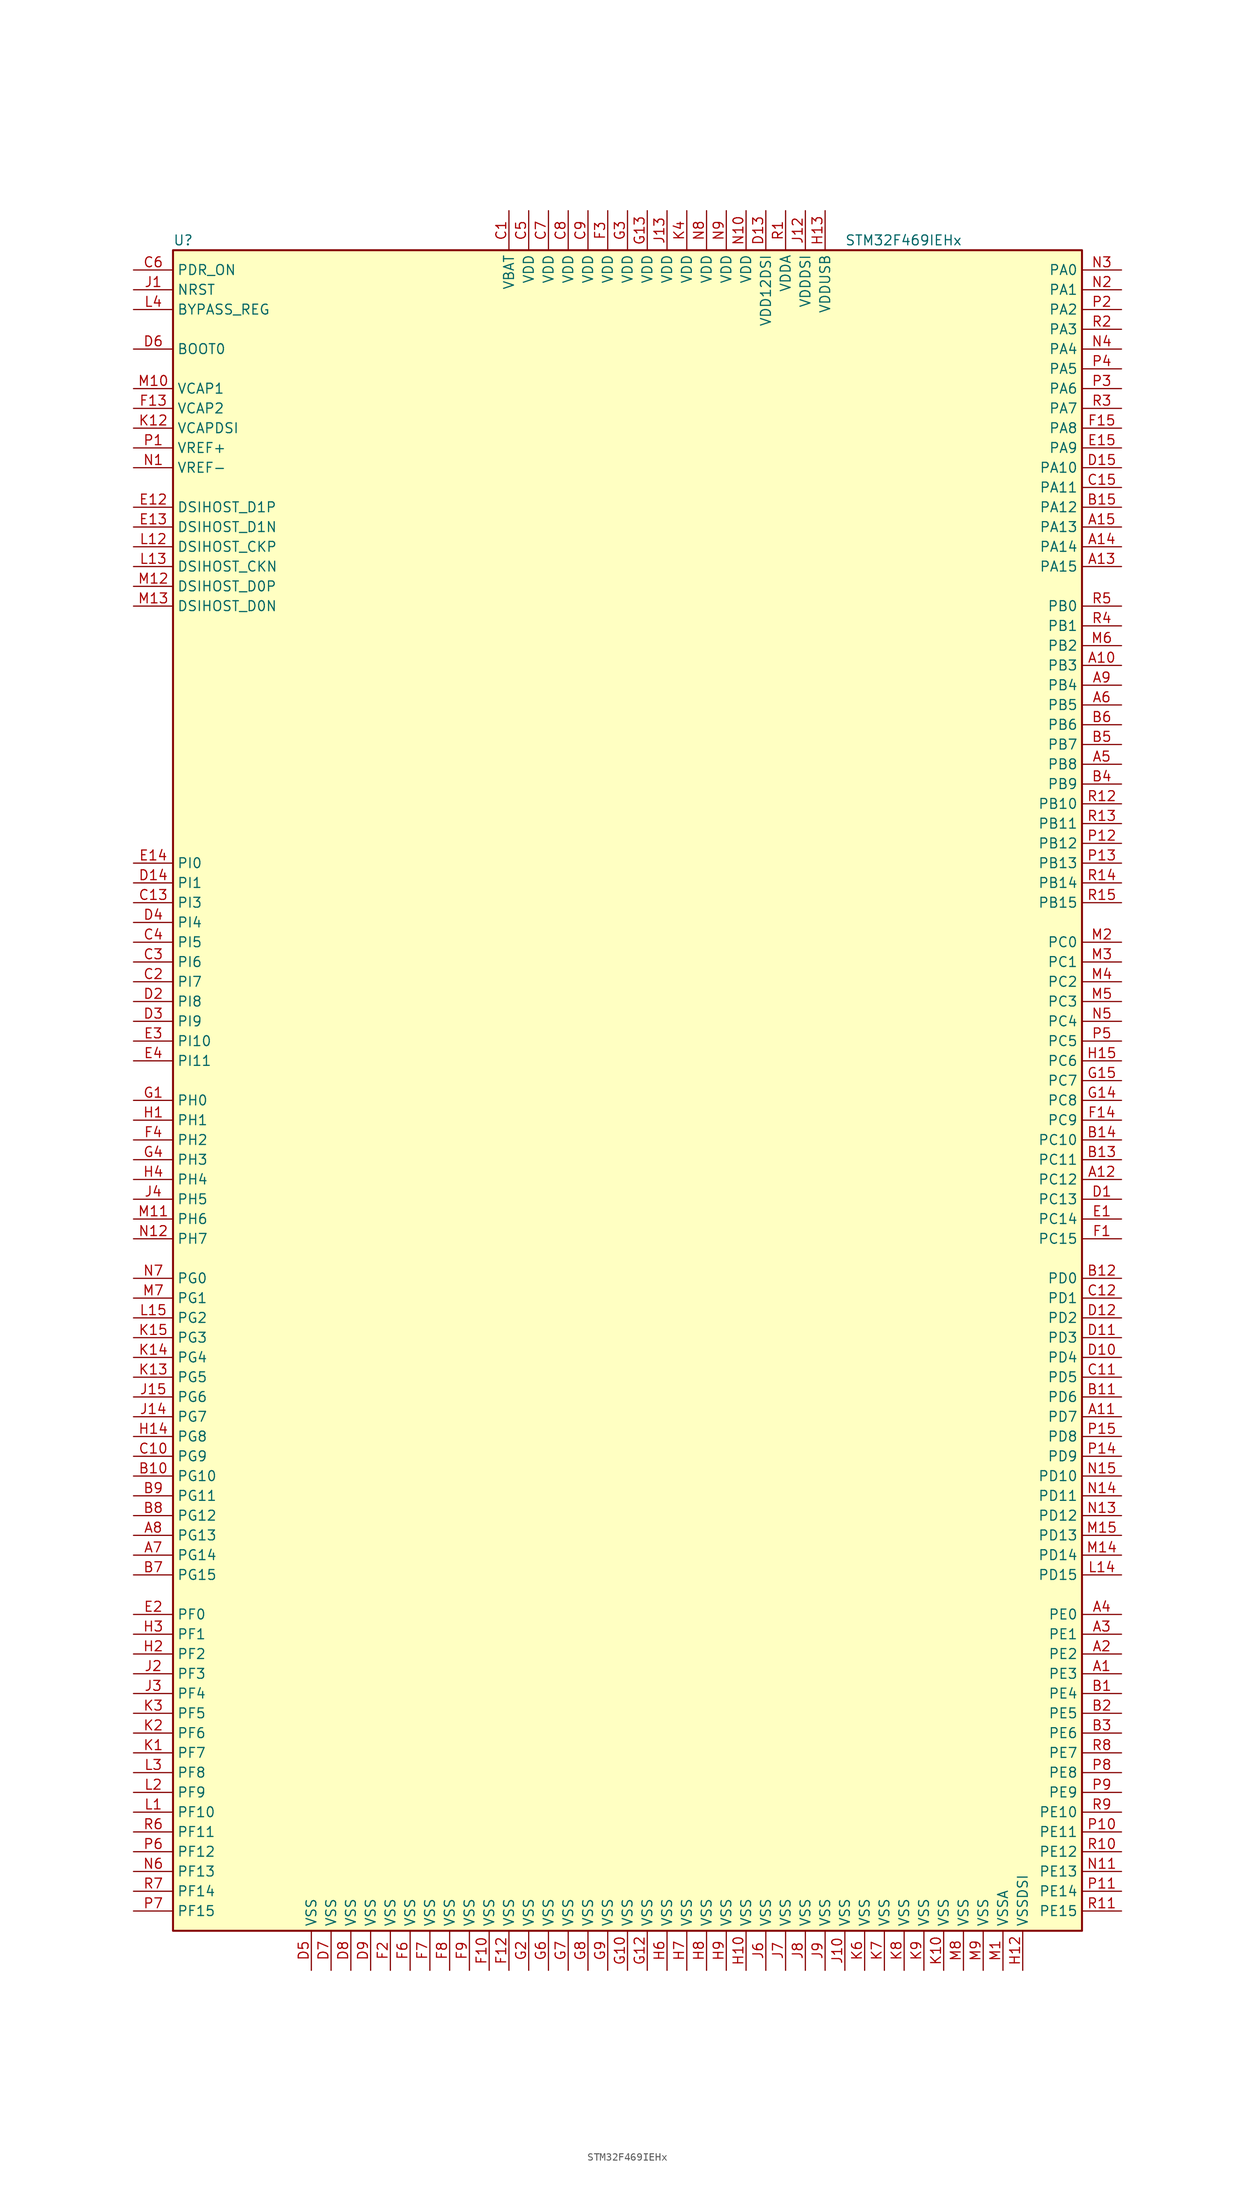
<source format=kicad_sym>
(kicad_symbol_lib
  (version 20220914)
  (generator kicad_symbol_editor)
  (symbol "STM32F469IEHx"
    (property "Reference" "U"
      (at -58.42 107.95 0)
      (effects (font (size 1.27 1.27)) (justify left)))
    (property "Value" "STM32F469IEHx"
      (at 27.94 107.95 0)
      (effects (font (size 1.27 1.27)) (justify left)))
    (symbol "STM32F469IEHx_0_1"
      (rectangle (start -58.42 -109.22) (end 58.42 106.68) (stroke (width 0.254) (type default)) (fill (type background))))
    (symbol "STM32F469IEHx_1_1"
      (pin bidirectional line (at 63.5 -76.2 180) (length 5.08) (name "PE3" (effects (font (size 1.27 1.27)))) (number "A1" (effects (font (size 1.27 1.27)))))
      (pin bidirectional line (at 63.5 53.34 180) (length 5.08) (name "PB3" (effects (font (size 1.27 1.27)))) (number "A10" (effects (font (size 1.27 1.27)))))
      (pin bidirectional line (at 63.5 -43.18 180) (length 5.08) (name "PD7" (effects (font (size 1.27 1.27)))) (number "A11" (effects (font (size 1.27 1.27)))))
      (pin bidirectional line (at 63.5 -12.7 180) (length 5.08) (name "PC12" (effects (font (size 1.27 1.27)))) (number "A12" (effects (font (size 1.27 1.27)))))
      (pin bidirectional line (at 63.5 66.04 180) (length 5.08) (name "PA15" (effects (font (size 1.27 1.27)))) (number "A13" (effects (font (size 1.27 1.27)))))
      (pin bidirectional line (at 63.5 68.58 180) (length 5.08) (name "PA14" (effects (font (size 1.27 1.27)))) (number "A14" (effects (font (size 1.27 1.27)))))
      (pin bidirectional line (at 63.5 71.12 180) (length 5.08) (name "PA13" (effects (font (size 1.27 1.27)))) (number "A15" (effects (font (size 1.27 1.27)))))
      (pin bidirectional line (at 63.5 -73.66 180) (length 5.08) (name "PE2" (effects (font (size 1.27 1.27)))) (number "A2" (effects (font (size 1.27 1.27)))))
      (pin bidirectional line (at 63.5 -71.12 180) (length 5.08) (name "PE1" (effects (font (size 1.27 1.27)))) (number "A3" (effects (font (size 1.27 1.27)))))
      (pin bidirectional line (at 63.5 -68.58 180) (length 5.08) (name "PE0" (effects (font (size 1.27 1.27)))) (number "A4" (effects (font (size 1.27 1.27)))))
      (pin bidirectional line (at 63.5 40.64 180) (length 5.08) (name "PB8" (effects (font (size 1.27 1.27)))) (number "A5" (effects (font (size 1.27 1.27)))))
      (pin bidirectional line (at 63.5 48.26 180) (length 5.08) (name "PB5" (effects (font (size 1.27 1.27)))) (number "A6" (effects (font (size 1.27 1.27)))))
      (pin bidirectional line (at -63.5 -60.96 0) (length 5.08) (name "PG14" (effects (font (size 1.27 1.27)))) (number "A7" (effects (font (size 1.27 1.27)))))
      (pin bidirectional line (at -63.5 -58.42 0) (length 5.08) (name "PG13" (effects (font (size 1.27 1.27)))) (number "A8" (effects (font (size 1.27 1.27)))))
      (pin bidirectional line (at 63.5 50.8 180) (length 5.08) (name "PB4" (effects (font (size 1.27 1.27)))) (number "A9" (effects (font (size 1.27 1.27)))))
      (pin bidirectional line (at 63.5 -78.74 180) (length 5.08) (name "PE4" (effects (font (size 1.27 1.27)))) (number "B1" (effects (font (size 1.27 1.27)))))
      (pin bidirectional line (at -63.5 -50.8 0) (length 5.08) (name "PG10" (effects (font (size 1.27 1.27)))) (number "B10" (effects (font (size 1.27 1.27)))))
      (pin bidirectional line (at 63.5 -40.64 180) (length 5.08) (name "PD6" (effects (font (size 1.27 1.27)))) (number "B11" (effects (font (size 1.27 1.27)))))
      (pin bidirectional line (at 63.5 -25.4 180) (length 5.08) (name "PD0" (effects (font (size 1.27 1.27)))) (number "B12" (effects (font (size 1.27 1.27)))))
      (pin bidirectional line (at 63.5 -10.16 180) (length 5.08) (name "PC11" (effects (font (size 1.27 1.27)))) (number "B13" (effects (font (size 1.27 1.27)))))
      (pin bidirectional line (at 63.5 -7.62 180) (length 5.08) (name "PC10" (effects (font (size 1.27 1.27)))) (number "B14" (effects (font (size 1.27 1.27)))))
      (pin bidirectional line (at 63.5 73.66 180) (length 5.08) (name "PA12" (effects (font (size 1.27 1.27)))) (number "B15" (effects (font (size 1.27 1.27)))))
      (pin bidirectional line (at 63.5 -81.28 180) (length 5.08) (name "PE5" (effects (font (size 1.27 1.27)))) (number "B2" (effects (font (size 1.27 1.27)))))
      (pin bidirectional line (at 63.5 -83.82 180) (length 5.08) (name "PE6" (effects (font (size 1.27 1.27)))) (number "B3" (effects (font (size 1.27 1.27)))))
      (pin bidirectional line (at 63.5 38.1 180) (length 5.08) (name "PB9" (effects (font (size 1.27 1.27)))) (number "B4" (effects (font (size 1.27 1.27)))))
      (pin bidirectional line (at 63.5 43.18 180) (length 5.08) (name "PB7" (effects (font (size 1.27 1.27)))) (number "B5" (effects (font (size 1.27 1.27)))))
      (pin bidirectional line (at 63.5 45.72 180) (length 5.08) (name "PB6" (effects (font (size 1.27 1.27)))) (number "B6" (effects (font (size 1.27 1.27)))))
      (pin bidirectional line (at -63.5 -63.5 0) (length 5.08) (name "PG15" (effects (font (size 1.27 1.27)))) (number "B7" (effects (font (size 1.27 1.27)))))
      (pin bidirectional line (at -63.5 -55.88 0) (length 5.08) (name "PG12" (effects (font (size 1.27 1.27)))) (number "B8" (effects (font (size 1.27 1.27)))))
      (pin bidirectional line (at -63.5 -53.34 0) (length 5.08) (name "PG11" (effects (font (size 1.27 1.27)))) (number "B9" (effects (font (size 1.27 1.27)))))
      (pin power_in line (at -15.24 111.76 270) (length 5.08) (name "VBAT" (effects (font (size 1.27 1.27)))) (number "C1" (effects (font (size 1.27 1.27)))))
      (pin bidirectional line (at -63.5 -48.26 0) (length 5.08) (name "PG9" (effects (font (size 1.27 1.27)))) (number "C10" (effects (font (size 1.27 1.27)))))
      (pin bidirectional line (at 63.5 -38.1 180) (length 5.08) (name "PD5" (effects (font (size 1.27 1.27)))) (number "C11" (effects (font (size 1.27 1.27)))))
      (pin bidirectional line (at 63.5 -27.94 180) (length 5.08) (name "PD1" (effects (font (size 1.27 1.27)))) (number "C12" (effects (font (size 1.27 1.27)))))
      (pin bidirectional line (at -63.5 22.86 0) (length 5.08) (name "PI3" (effects (font (size 1.27 1.27)))) (number "C13" (effects (font (size 1.27 1.27)))))
      (pin no_connect line (at -58.42 -106.68 0) (length 5.08) hide (name "NC" (effects (font (size 1.27 1.27)))) (number "C14" (effects (font (size 1.27 1.27)))))
      (pin bidirectional line (at 63.5 76.2 180) (length 5.08) (name "PA11" (effects (font (size 1.27 1.27)))) (number "C15" (effects (font (size 1.27 1.27)))))
      (pin bidirectional line (at -63.5 12.7 0) (length 5.08) (name "PI7" (effects (font (size 1.27 1.27)))) (number "C2" (effects (font (size 1.27 1.27)))))
      (pin bidirectional line (at -63.5 15.24 0) (length 5.08) (name "PI6" (effects (font (size 1.27 1.27)))) (number "C3" (effects (font (size 1.27 1.27)))))
      (pin bidirectional line (at -63.5 17.78 0) (length 5.08) (name "PI5" (effects (font (size 1.27 1.27)))) (number "C4" (effects (font (size 1.27 1.27)))))
      (pin power_in line (at -12.7 111.76 270) (length 5.08) (name "VDD" (effects (font (size 1.27 1.27)))) (number "C5" (effects (font (size 1.27 1.27)))))
      (pin input line (at -63.5 104.14 0) (length 5.08) (name "PDR_ON" (effects (font (size 1.27 1.27)))) (number "C6" (effects (font (size 1.27 1.27)))))
      (pin power_in line (at -10.16 111.76 270) (length 5.08) (name "VDD" (effects (font (size 1.27 1.27)))) (number "C7" (effects (font (size 1.27 1.27)))))
      (pin power_in line (at -7.62 111.76 270) (length 5.08) (name "VDD" (effects (font (size 1.27 1.27)))) (number "C8" (effects (font (size 1.27 1.27)))))
      (pin power_in line (at -5.08 111.76 270) (length 5.08) (name "VDD" (effects (font (size 1.27 1.27)))) (number "C9" (effects (font (size 1.27 1.27)))))
      (pin bidirectional line (at 63.5 -15.24 180) (length 5.08) (name "PC13" (effects (font (size 1.27 1.27)))) (number "D1" (effects (font (size 1.27 1.27)))))
      (pin bidirectional line (at 63.5 -35.56 180) (length 5.08) (name "PD4" (effects (font (size 1.27 1.27)))) (number "D10" (effects (font (size 1.27 1.27)))))
      (pin bidirectional line (at 63.5 -33.02 180) (length 5.08) (name "PD3" (effects (font (size 1.27 1.27)))) (number "D11" (effects (font (size 1.27 1.27)))))
      (pin bidirectional line (at 63.5 -30.48 180) (length 5.08) (name "PD2" (effects (font (size 1.27 1.27)))) (number "D12" (effects (font (size 1.27 1.27)))))
      (pin power_in line (at 17.78 111.76 270) (length 5.08) (name "VDD12DSI" (effects (font (size 1.27 1.27)))) (number "D13" (effects (font (size 1.27 1.27)))))
      (pin bidirectional line (at -63.5 25.4 0) (length 5.08) (name "PI1" (effects (font (size 1.27 1.27)))) (number "D14" (effects (font (size 1.27 1.27)))))
      (pin bidirectional line (at 63.5 78.74 180) (length 5.08) (name "PA10" (effects (font (size 1.27 1.27)))) (number "D15" (effects (font (size 1.27 1.27)))))
      (pin bidirectional line (at -63.5 10.16 0) (length 5.08) (name "PI8" (effects (font (size 1.27 1.27)))) (number "D2" (effects (font (size 1.27 1.27)))))
      (pin bidirectional line (at -63.5 7.62 0) (length 5.08) (name "PI9" (effects (font (size 1.27 1.27)))) (number "D3" (effects (font (size 1.27 1.27)))))
      (pin bidirectional line (at -63.5 20.32 0) (length 5.08) (name "PI4" (effects (font (size 1.27 1.27)))) (number "D4" (effects (font (size 1.27 1.27)))))
      (pin power_in line (at -40.64 -114.3 90) (length 5.08) (name "VSS" (effects (font (size 1.27 1.27)))) (number "D5" (effects (font (size 1.27 1.27)))))
      (pin input line (at -63.5 93.98 0) (length 5.08) (name "BOOT0" (effects (font (size 1.27 1.27)))) (number "D6" (effects (font (size 1.27 1.27)))))
      (pin power_in line (at -38.1 -114.3 90) (length 5.08) (name "VSS" (effects (font (size 1.27 1.27)))) (number "D7" (effects (font (size 1.27 1.27)))))
      (pin power_in line (at -35.56 -114.3 90) (length 5.08) (name "VSS" (effects (font (size 1.27 1.27)))) (number "D8" (effects (font (size 1.27 1.27)))))
      (pin power_in line (at -33.02 -114.3 90) (length 5.08) (name "VSS" (effects (font (size 1.27 1.27)))) (number "D9" (effects (font (size 1.27 1.27)))))
      (pin bidirectional line (at 63.5 -17.78 180) (length 5.08) (name "PC14" (effects (font (size 1.27 1.27)))) (number "E1" (effects (font (size 1.27 1.27)))))
      (pin bidirectional line (at -63.5 73.66 0) (length 5.08) (name "DSIHOST_D1P" (effects (font (size 1.27 1.27)))) (number "E12" (effects (font (size 1.27 1.27)))))
      (pin bidirectional line (at -63.5 71.12 0) (length 5.08) (name "DSIHOST_D1N" (effects (font (size 1.27 1.27)))) (number "E13" (effects (font (size 1.27 1.27)))))
      (pin bidirectional line (at -63.5 27.94 0) (length 5.08) (name "PI0" (effects (font (size 1.27 1.27)))) (number "E14" (effects (font (size 1.27 1.27)))))
      (pin bidirectional line (at 63.5 81.28 180) (length 5.08) (name "PA9" (effects (font (size 1.27 1.27)))) (number "E15" (effects (font (size 1.27 1.27)))))
      (pin bidirectional line (at -63.5 -68.58 0) (length 5.08) (name "PF0" (effects (font (size 1.27 1.27)))) (number "E2" (effects (font (size 1.27 1.27)))))
      (pin bidirectional line (at -63.5 5.08 0) (length 5.08) (name "PI10" (effects (font (size 1.27 1.27)))) (number "E3" (effects (font (size 1.27 1.27)))))
      (pin bidirectional line (at -63.5 2.54 0) (length 5.08) (name "PI11" (effects (font (size 1.27 1.27)))) (number "E4" (effects (font (size 1.27 1.27)))))
      (pin bidirectional line (at 63.5 -20.32 180) (length 5.08) (name "PC15" (effects (font (size 1.27 1.27)))) (number "F1" (effects (font (size 1.27 1.27)))))
      (pin power_in line (at -17.78 -114.3 90) (length 5.08) (name "VSS" (effects (font (size 1.27 1.27)))) (number "F10" (effects (font (size 1.27 1.27)))))
      (pin power_in line (at -15.24 -114.3 90) (length 5.08) (name "VSS" (effects (font (size 1.27 1.27)))) (number "F12" (effects (font (size 1.27 1.27)))))
      (pin power_in line (at -63.5 86.36 0) (length 5.08) (name "VCAP2" (effects (font (size 1.27 1.27)))) (number "F13" (effects (font (size 1.27 1.27)))))
      (pin bidirectional line (at 63.5 -5.08 180) (length 5.08) (name "PC9" (effects (font (size 1.27 1.27)))) (number "F14" (effects (font (size 1.27 1.27)))))
      (pin bidirectional line (at 63.5 83.82 180) (length 5.08) (name "PA8" (effects (font (size 1.27 1.27)))) (number "F15" (effects (font (size 1.27 1.27)))))
      (pin power_in line (at -30.48 -114.3 90) (length 5.08) (name "VSS" (effects (font (size 1.27 1.27)))) (number "F2" (effects (font (size 1.27 1.27)))))
      (pin power_in line (at -2.54 111.76 270) (length 5.08) (name "VDD" (effects (font (size 1.27 1.27)))) (number "F3" (effects (font (size 1.27 1.27)))))
      (pin bidirectional line (at -63.5 -7.62 0) (length 5.08) (name "PH2" (effects (font (size 1.27 1.27)))) (number "F4" (effects (font (size 1.27 1.27)))))
      (pin power_in line (at -27.94 -114.3 90) (length 5.08) (name "VSS" (effects (font (size 1.27 1.27)))) (number "F6" (effects (font (size 1.27 1.27)))))
      (pin power_in line (at -25.4 -114.3 90) (length 5.08) (name "VSS" (effects (font (size 1.27 1.27)))) (number "F7" (effects (font (size 1.27 1.27)))))
      (pin power_in line (at -22.86 -114.3 90) (length 5.08) (name "VSS" (effects (font (size 1.27 1.27)))) (number "F8" (effects (font (size 1.27 1.27)))))
      (pin power_in line (at -20.32 -114.3 90) (length 5.08) (name "VSS" (effects (font (size 1.27 1.27)))) (number "F9" (effects (font (size 1.27 1.27)))))
      (pin input line (at -63.5 -2.54 0) (length 5.08) (name "PH0" (effects (font (size 1.27 1.27)))) (number "G1" (effects (font (size 1.27 1.27)))))
      (pin power_in line (at 0 -114.3 90) (length 5.08) (name "VSS" (effects (font (size 1.27 1.27)))) (number "G10" (effects (font (size 1.27 1.27)))))
      (pin power_in line (at 2.54 -114.3 90) (length 5.08) (name "VSS" (effects (font (size 1.27 1.27)))) (number "G12" (effects (font (size 1.27 1.27)))))
      (pin power_in line (at 2.54 111.76 270) (length 5.08) (name "VDD" (effects (font (size 1.27 1.27)))) (number "G13" (effects (font (size 1.27 1.27)))))
      (pin bidirectional line (at 63.5 -2.54 180) (length 5.08) (name "PC8" (effects (font (size 1.27 1.27)))) (number "G14" (effects (font (size 1.27 1.27)))))
      (pin bidirectional line (at 63.5 0 180) (length 5.08) (name "PC7" (effects (font (size 1.27 1.27)))) (number "G15" (effects (font (size 1.27 1.27)))))
      (pin power_in line (at -12.7 -114.3 90) (length 5.08) (name "VSS" (effects (font (size 1.27 1.27)))) (number "G2" (effects (font (size 1.27 1.27)))))
      (pin power_in line (at 0 111.76 270) (length 5.08) (name "VDD" (effects (font (size 1.27 1.27)))) (number "G3" (effects (font (size 1.27 1.27)))))
      (pin bidirectional line (at -63.5 -10.16 0) (length 5.08) (name "PH3" (effects (font (size 1.27 1.27)))) (number "G4" (effects (font (size 1.27 1.27)))))
      (pin power_in line (at -10.16 -114.3 90) (length 5.08) (name "VSS" (effects (font (size 1.27 1.27)))) (number "G6" (effects (font (size 1.27 1.27)))))
      (pin power_in line (at -7.62 -114.3 90) (length 5.08) (name "VSS" (effects (font (size 1.27 1.27)))) (number "G7" (effects (font (size 1.27 1.27)))))
      (pin power_in line (at -5.08 -114.3 90) (length 5.08) (name "VSS" (effects (font (size 1.27 1.27)))) (number "G8" (effects (font (size 1.27 1.27)))))
      (pin power_in line (at -2.54 -114.3 90) (length 5.08) (name "VSS" (effects (font (size 1.27 1.27)))) (number "G9" (effects (font (size 1.27 1.27)))))
      (pin input line (at -63.5 -5.08 0) (length 5.08) (name "PH1" (effects (font (size 1.27 1.27)))) (number "H1" (effects (font (size 1.27 1.27)))))
      (pin power_in line (at 15.24 -114.3 90) (length 5.08) (name "VSS" (effects (font (size 1.27 1.27)))) (number "H10" (effects (font (size 1.27 1.27)))))
      (pin power_in line (at 50.8 -114.3 90) (length 5.08) (name "VSSDSI" (effects (font (size 1.27 1.27)))) (number "H12" (effects (font (size 1.27 1.27)))))
      (pin power_in line (at 25.4 111.76 270) (length 5.08) (name "VDDUSB" (effects (font (size 1.27 1.27)))) (number "H13" (effects (font (size 1.27 1.27)))))
      (pin bidirectional line (at -63.5 -45.72 0) (length 5.08) (name "PG8" (effects (font (size 1.27 1.27)))) (number "H14" (effects (font (size 1.27 1.27)))))
      (pin bidirectional line (at 63.5 2.54 180) (length 5.08) (name "PC6" (effects (font (size 1.27 1.27)))) (number "H15" (effects (font (size 1.27 1.27)))))
      (pin bidirectional line (at -63.5 -73.66 0) (length 5.08) (name "PF2" (effects (font (size 1.27 1.27)))) (number "H2" (effects (font (size 1.27 1.27)))))
      (pin bidirectional line (at -63.5 -71.12 0) (length 5.08) (name "PF1" (effects (font (size 1.27 1.27)))) (number "H3" (effects (font (size 1.27 1.27)))))
      (pin bidirectional line (at -63.5 -12.7 0) (length 5.08) (name "PH4" (effects (font (size 1.27 1.27)))) (number "H4" (effects (font (size 1.27 1.27)))))
      (pin power_in line (at 5.08 -114.3 90) (length 5.08) (name "VSS" (effects (font (size 1.27 1.27)))) (number "H6" (effects (font (size 1.27 1.27)))))
      (pin power_in line (at 7.62 -114.3 90) (length 5.08) (name "VSS" (effects (font (size 1.27 1.27)))) (number "H7" (effects (font (size 1.27 1.27)))))
      (pin power_in line (at 10.16 -114.3 90) (length 5.08) (name "VSS" (effects (font (size 1.27 1.27)))) (number "H8" (effects (font (size 1.27 1.27)))))
      (pin power_in line (at 12.7 -114.3 90) (length 5.08) (name "VSS" (effects (font (size 1.27 1.27)))) (number "H9" (effects (font (size 1.27 1.27)))))
      (pin input line (at -63.5 101.6 0) (length 5.08) (name "NRST" (effects (font (size 1.27 1.27)))) (number "J1" (effects (font (size 1.27 1.27)))))
      (pin power_in line (at 27.94 -114.3 90) (length 5.08) (name "VSS" (effects (font (size 1.27 1.27)))) (number "J10" (effects (font (size 1.27 1.27)))))
      (pin power_in line (at 22.86 111.76 270) (length 5.08) (name "VDDDSI" (effects (font (size 1.27 1.27)))) (number "J12" (effects (font (size 1.27 1.27)))))
      (pin power_in line (at 5.08 111.76 270) (length 5.08) (name "VDD" (effects (font (size 1.27 1.27)))) (number "J13" (effects (font (size 1.27 1.27)))))
      (pin bidirectional line (at -63.5 -43.18 0) (length 5.08) (name "PG7" (effects (font (size 1.27 1.27)))) (number "J14" (effects (font (size 1.27 1.27)))))
      (pin bidirectional line (at -63.5 -40.64 0) (length 5.08) (name "PG6" (effects (font (size 1.27 1.27)))) (number "J15" (effects (font (size 1.27 1.27)))))
      (pin bidirectional line (at -63.5 -76.2 0) (length 5.08) (name "PF3" (effects (font (size 1.27 1.27)))) (number "J2" (effects (font (size 1.27 1.27)))))
      (pin bidirectional line (at -63.5 -78.74 0) (length 5.08) (name "PF4" (effects (font (size 1.27 1.27)))) (number "J3" (effects (font (size 1.27 1.27)))))
      (pin bidirectional line (at -63.5 -15.24 0) (length 5.08) (name "PH5" (effects (font (size 1.27 1.27)))) (number "J4" (effects (font (size 1.27 1.27)))))
      (pin power_in line (at 17.78 -114.3 90) (length 5.08) (name "VSS" (effects (font (size 1.27 1.27)))) (number "J6" (effects (font (size 1.27 1.27)))))
      (pin power_in line (at 20.32 -114.3 90) (length 5.08) (name "VSS" (effects (font (size 1.27 1.27)))) (number "J7" (effects (font (size 1.27 1.27)))))
      (pin power_in line (at 22.86 -114.3 90) (length 5.08) (name "VSS" (effects (font (size 1.27 1.27)))) (number "J8" (effects (font (size 1.27 1.27)))))
      (pin power_in line (at 25.4 -114.3 90) (length 5.08) (name "VSS" (effects (font (size 1.27 1.27)))) (number "J9" (effects (font (size 1.27 1.27)))))
      (pin bidirectional line (at -63.5 -86.36 0) (length 5.08) (name "PF7" (effects (font (size 1.27 1.27)))) (number "K1" (effects (font (size 1.27 1.27)))))
      (pin power_in line (at 40.64 -114.3 90) (length 5.08) (name "VSS" (effects (font (size 1.27 1.27)))) (number "K10" (effects (font (size 1.27 1.27)))))
      (pin power_in line (at -63.5 83.82 0) (length 5.08) (name "VCAPDSI" (effects (font (size 1.27 1.27)))) (number "K12" (effects (font (size 1.27 1.27)))))
      (pin bidirectional line (at -63.5 -38.1 0) (length 5.08) (name "PG5" (effects (font (size 1.27 1.27)))) (number "K13" (effects (font (size 1.27 1.27)))))
      (pin bidirectional line (at -63.5 -35.56 0) (length 5.08) (name "PG4" (effects (font (size 1.27 1.27)))) (number "K14" (effects (font (size 1.27 1.27)))))
      (pin bidirectional line (at -63.5 -33.02 0) (length 5.08) (name "PG3" (effects (font (size 1.27 1.27)))) (number "K15" (effects (font (size 1.27 1.27)))))
      (pin bidirectional line (at -63.5 -83.82 0) (length 5.08) (name "PF6" (effects (font (size 1.27 1.27)))) (number "K2" (effects (font (size 1.27 1.27)))))
      (pin bidirectional line (at -63.5 -81.28 0) (length 5.08) (name "PF5" (effects (font (size 1.27 1.27)))) (number "K3" (effects (font (size 1.27 1.27)))))
      (pin power_in line (at 7.62 111.76 270) (length 5.08) (name "VDD" (effects (font (size 1.27 1.27)))) (number "K4" (effects (font (size 1.27 1.27)))))
      (pin power_in line (at 30.48 -114.3 90) (length 5.08) (name "VSS" (effects (font (size 1.27 1.27)))) (number "K6" (effects (font (size 1.27 1.27)))))
      (pin power_in line (at 33.02 -114.3 90) (length 5.08) (name "VSS" (effects (font (size 1.27 1.27)))) (number "K7" (effects (font (size 1.27 1.27)))))
      (pin power_in line (at 35.56 -114.3 90) (length 5.08) (name "VSS" (effects (font (size 1.27 1.27)))) (number "K8" (effects (font (size 1.27 1.27)))))
      (pin power_in line (at 38.1 -114.3 90) (length 5.08) (name "VSS" (effects (font (size 1.27 1.27)))) (number "K9" (effects (font (size 1.27 1.27)))))
      (pin bidirectional line (at -63.5 -93.98 0) (length 5.08) (name "PF10" (effects (font (size 1.27 1.27)))) (number "L1" (effects (font (size 1.27 1.27)))))
      (pin bidirectional line (at -63.5 68.58 0) (length 5.08) (name "DSIHOST_CKP" (effects (font (size 1.27 1.27)))) (number "L12" (effects (font (size 1.27 1.27)))))
      (pin bidirectional line (at -63.5 66.04 0) (length 5.08) (name "DSIHOST_CKN" (effects (font (size 1.27 1.27)))) (number "L13" (effects (font (size 1.27 1.27)))))
      (pin bidirectional line (at 63.5 -63.5 180) (length 5.08) (name "PD15" (effects (font (size 1.27 1.27)))) (number "L14" (effects (font (size 1.27 1.27)))))
      (pin bidirectional line (at -63.5 -30.48 0) (length 5.08) (name "PG2" (effects (font (size 1.27 1.27)))) (number "L15" (effects (font (size 1.27 1.27)))))
      (pin bidirectional line (at -63.5 -91.44 0) (length 5.08) (name "PF9" (effects (font (size 1.27 1.27)))) (number "L2" (effects (font (size 1.27 1.27)))))
      (pin bidirectional line (at -63.5 -88.9 0) (length 5.08) (name "PF8" (effects (font (size 1.27 1.27)))) (number "L3" (effects (font (size 1.27 1.27)))))
      (pin input line (at -63.5 99.06 0) (length 5.08) (name "BYPASS_REG" (effects (font (size 1.27 1.27)))) (number "L4" (effects (font (size 1.27 1.27)))))
      (pin power_in line (at 48.26 -114.3 90) (length 5.08) (name "VSSA" (effects (font (size 1.27 1.27)))) (number "M1" (effects (font (size 1.27 1.27)))))
      (pin power_in line (at -63.5 88.9 0) (length 5.08) (name "VCAP1" (effects (font (size 1.27 1.27)))) (number "M10" (effects (font (size 1.27 1.27)))))
      (pin bidirectional line (at -63.5 -17.78 0) (length 5.08) (name "PH6" (effects (font (size 1.27 1.27)))) (number "M11" (effects (font (size 1.27 1.27)))))
      (pin bidirectional line (at -63.5 63.5 0) (length 5.08) (name "DSIHOST_D0P" (effects (font (size 1.27 1.27)))) (number "M12" (effects (font (size 1.27 1.27)))))
      (pin bidirectional line (at -63.5 60.96 0) (length 5.08) (name "DSIHOST_D0N" (effects (font (size 1.27 1.27)))) (number "M13" (effects (font (size 1.27 1.27)))))
      (pin bidirectional line (at 63.5 -60.96 180) (length 5.08) (name "PD14" (effects (font (size 1.27 1.27)))) (number "M14" (effects (font (size 1.27 1.27)))))
      (pin bidirectional line (at 63.5 -58.42 180) (length 5.08) (name "PD13" (effects (font (size 1.27 1.27)))) (number "M15" (effects (font (size 1.27 1.27)))))
      (pin bidirectional line (at 63.5 17.78 180) (length 5.08) (name "PC0" (effects (font (size 1.27 1.27)))) (number "M2" (effects (font (size 1.27 1.27)))))
      (pin bidirectional line (at 63.5 15.24 180) (length 5.08) (name "PC1" (effects (font (size 1.27 1.27)))) (number "M3" (effects (font (size 1.27 1.27)))))
      (pin bidirectional line (at 63.5 12.7 180) (length 5.08) (name "PC2" (effects (font (size 1.27 1.27)))) (number "M4" (effects (font (size 1.27 1.27)))))
      (pin bidirectional line (at 63.5 10.16 180) (length 5.08) (name "PC3" (effects (font (size 1.27 1.27)))) (number "M5" (effects (font (size 1.27 1.27)))))
      (pin bidirectional line (at 63.5 55.88 180) (length 5.08) (name "PB2" (effects (font (size 1.27 1.27)))) (number "M6" (effects (font (size 1.27 1.27)))))
      (pin bidirectional line (at -63.5 -27.94 0) (length 5.08) (name "PG1" (effects (font (size 1.27 1.27)))) (number "M7" (effects (font (size 1.27 1.27)))))
      (pin power_in line (at 43.18 -114.3 90) (length 5.08) (name "VSS" (effects (font (size 1.27 1.27)))) (number "M8" (effects (font (size 1.27 1.27)))))
      (pin power_in line (at 45.72 -114.3 90) (length 5.08) (name "VSS" (effects (font (size 1.27 1.27)))) (number "M9" (effects (font (size 1.27 1.27)))))
      (pin power_in line (at -63.5 78.74 0) (length 5.08) (name "VREF-" (effects (font (size 1.27 1.27)))) (number "N1" (effects (font (size 1.27 1.27)))))
      (pin power_in line (at 15.24 111.76 270) (length 5.08) (name "VDD" (effects (font (size 1.27 1.27)))) (number "N10" (effects (font (size 1.27 1.27)))))
      (pin bidirectional line (at 63.5 -101.6 180) (length 5.08) (name "PE13" (effects (font (size 1.27 1.27)))) (number "N11" (effects (font (size 1.27 1.27)))))
      (pin bidirectional line (at -63.5 -20.32 0) (length 5.08) (name "PH7" (effects (font (size 1.27 1.27)))) (number "N12" (effects (font (size 1.27 1.27)))))
      (pin bidirectional line (at 63.5 -55.88 180) (length 5.08) (name "PD12" (effects (font (size 1.27 1.27)))) (number "N13" (effects (font (size 1.27 1.27)))))
      (pin bidirectional line (at 63.5 -53.34 180) (length 5.08) (name "PD11" (effects (font (size 1.27 1.27)))) (number "N14" (effects (font (size 1.27 1.27)))))
      (pin bidirectional line (at 63.5 -50.8 180) (length 5.08) (name "PD10" (effects (font (size 1.27 1.27)))) (number "N15" (effects (font (size 1.27 1.27)))))
      (pin bidirectional line (at 63.5 101.6 180) (length 5.08) (name "PA1" (effects (font (size 1.27 1.27)))) (number "N2" (effects (font (size 1.27 1.27)))))
      (pin bidirectional line (at 63.5 104.14 180) (length 5.08) (name "PA0" (effects (font (size 1.27 1.27)))) (number "N3" (effects (font (size 1.27 1.27)))))
      (pin bidirectional line (at 63.5 93.98 180) (length 5.08) (name "PA4" (effects (font (size 1.27 1.27)))) (number "N4" (effects (font (size 1.27 1.27)))))
      (pin bidirectional line (at 63.5 7.62 180) (length 5.08) (name "PC4" (effects (font (size 1.27 1.27)))) (number "N5" (effects (font (size 1.27 1.27)))))
      (pin bidirectional line (at -63.5 -101.6 0) (length 5.08) (name "PF13" (effects (font (size 1.27 1.27)))) (number "N6" (effects (font (size 1.27 1.27)))))
      (pin bidirectional line (at -63.5 -25.4 0) (length 5.08) (name "PG0" (effects (font (size 1.27 1.27)))) (number "N7" (effects (font (size 1.27 1.27)))))
      (pin power_in line (at 10.16 111.76 270) (length 5.08) (name "VDD" (effects (font (size 1.27 1.27)))) (number "N8" (effects (font (size 1.27 1.27)))))
      (pin power_in line (at 12.7 111.76 270) (length 5.08) (name "VDD" (effects (font (size 1.27 1.27)))) (number "N9" (effects (font (size 1.27 1.27)))))
      (pin power_in line (at -63.5 81.28 0) (length 5.08) (name "VREF+" (effects (font (size 1.27 1.27)))) (number "P1" (effects (font (size 1.27 1.27)))))
      (pin bidirectional line (at 63.5 -96.52 180) (length 5.08) (name "PE11" (effects (font (size 1.27 1.27)))) (number "P10" (effects (font (size 1.27 1.27)))))
      (pin bidirectional line (at 63.5 -104.14 180) (length 5.08) (name "PE14" (effects (font (size 1.27 1.27)))) (number "P11" (effects (font (size 1.27 1.27)))))
      (pin bidirectional line (at 63.5 30.48 180) (length 5.08) (name "PB12" (effects (font (size 1.27 1.27)))) (number "P12" (effects (font (size 1.27 1.27)))))
      (pin bidirectional line (at 63.5 27.94 180) (length 5.08) (name "PB13" (effects (font (size 1.27 1.27)))) (number "P13" (effects (font (size 1.27 1.27)))))
      (pin bidirectional line (at 63.5 -48.26 180) (length 5.08) (name "PD9" (effects (font (size 1.27 1.27)))) (number "P14" (effects (font (size 1.27 1.27)))))
      (pin bidirectional line (at 63.5 -45.72 180) (length 5.08) (name "PD8" (effects (font (size 1.27 1.27)))) (number "P15" (effects (font (size 1.27 1.27)))))
      (pin bidirectional line (at 63.5 99.06 180) (length 5.08) (name "PA2" (effects (font (size 1.27 1.27)))) (number "P2" (effects (font (size 1.27 1.27)))))
      (pin bidirectional line (at 63.5 88.9 180) (length 5.08) (name "PA6" (effects (font (size 1.27 1.27)))) (number "P3" (effects (font (size 1.27 1.27)))))
      (pin bidirectional line (at 63.5 91.44 180) (length 5.08) (name "PA5" (effects (font (size 1.27 1.27)))) (number "P4" (effects (font (size 1.27 1.27)))))
      (pin bidirectional line (at 63.5 5.08 180) (length 5.08) (name "PC5" (effects (font (size 1.27 1.27)))) (number "P5" (effects (font (size 1.27 1.27)))))
      (pin bidirectional line (at -63.5 -99.06 0) (length 5.08) (name "PF12" (effects (font (size 1.27 1.27)))) (number "P6" (effects (font (size 1.27 1.27)))))
      (pin bidirectional line (at -63.5 -106.68 0) (length 5.08) (name "PF15" (effects (font (size 1.27 1.27)))) (number "P7" (effects (font (size 1.27 1.27)))))
      (pin bidirectional line (at 63.5 -88.9 180) (length 5.08) (name "PE8" (effects (font (size 1.27 1.27)))) (number "P8" (effects (font (size 1.27 1.27)))))
      (pin bidirectional line (at 63.5 -91.44 180) (length 5.08) (name "PE9" (effects (font (size 1.27 1.27)))) (number "P9" (effects (font (size 1.27 1.27)))))
      (pin power_in line (at 20.32 111.76 270) (length 5.08) (name "VDDA" (effects (font (size 1.27 1.27)))) (number "R1" (effects (font (size 1.27 1.27)))))
      (pin bidirectional line (at 63.5 -99.06 180) (length 5.08) (name "PE12" (effects (font (size 1.27 1.27)))) (number "R10" (effects (font (size 1.27 1.27)))))
      (pin bidirectional line (at 63.5 -106.68 180) (length 5.08) (name "PE15" (effects (font (size 1.27 1.27)))) (number "R11" (effects (font (size 1.27 1.27)))))
      (pin bidirectional line (at 63.5 35.56 180) (length 5.08) (name "PB10" (effects (font (size 1.27 1.27)))) (number "R12" (effects (font (size 1.27 1.27)))))
      (pin bidirectional line (at 63.5 33.02 180) (length 5.08) (name "PB11" (effects (font (size 1.27 1.27)))) (number "R13" (effects (font (size 1.27 1.27)))))
      (pin bidirectional line (at 63.5 25.4 180) (length 5.08) (name "PB14" (effects (font (size 1.27 1.27)))) (number "R14" (effects (font (size 1.27 1.27)))))
      (pin bidirectional line (at 63.5 22.86 180) (length 5.08) (name "PB15" (effects (font (size 1.27 1.27)))) (number "R15" (effects (font (size 1.27 1.27)))))
      (pin bidirectional line (at 63.5 96.52 180) (length 5.08) (name "PA3" (effects (font (size 1.27 1.27)))) (number "R2" (effects (font (size 1.27 1.27)))))
      (pin bidirectional line (at 63.5 86.36 180) (length 5.08) (name "PA7" (effects (font (size 1.27 1.27)))) (number "R3" (effects (font (size 1.27 1.27)))))
      (pin bidirectional line (at 63.5 58.42 180) (length 5.08) (name "PB1" (effects (font (size 1.27 1.27)))) (number "R4" (effects (font (size 1.27 1.27)))))
      (pin bidirectional line (at 63.5 60.96 180) (length 5.08) (name "PB0" (effects (font (size 1.27 1.27)))) (number "R5" (effects (font (size 1.27 1.27)))))
      (pin bidirectional line (at -63.5 -96.52 0) (length 5.08) (name "PF11" (effects (font (size 1.27 1.27)))) (number "R6" (effects (font (size 1.27 1.27)))))
      (pin bidirectional line (at -63.5 -104.14 0) (length 5.08) (name "PF14" (effects (font (size 1.27 1.27)))) (number "R7" (effects (font (size 1.27 1.27)))))
      (pin bidirectional line (at 63.5 -86.36 180) (length 5.08) (name "PE7" (effects (font (size 1.27 1.27)))) (number "R8" (effects (font (size 1.27 1.27)))))
      (pin bidirectional line (at 63.5 -93.98 180) (length 5.08) (name "PE10" (effects (font (size 1.27 1.27)))) (number "R9" (effects (font (size 1.27 1.27))))))))
</source>
